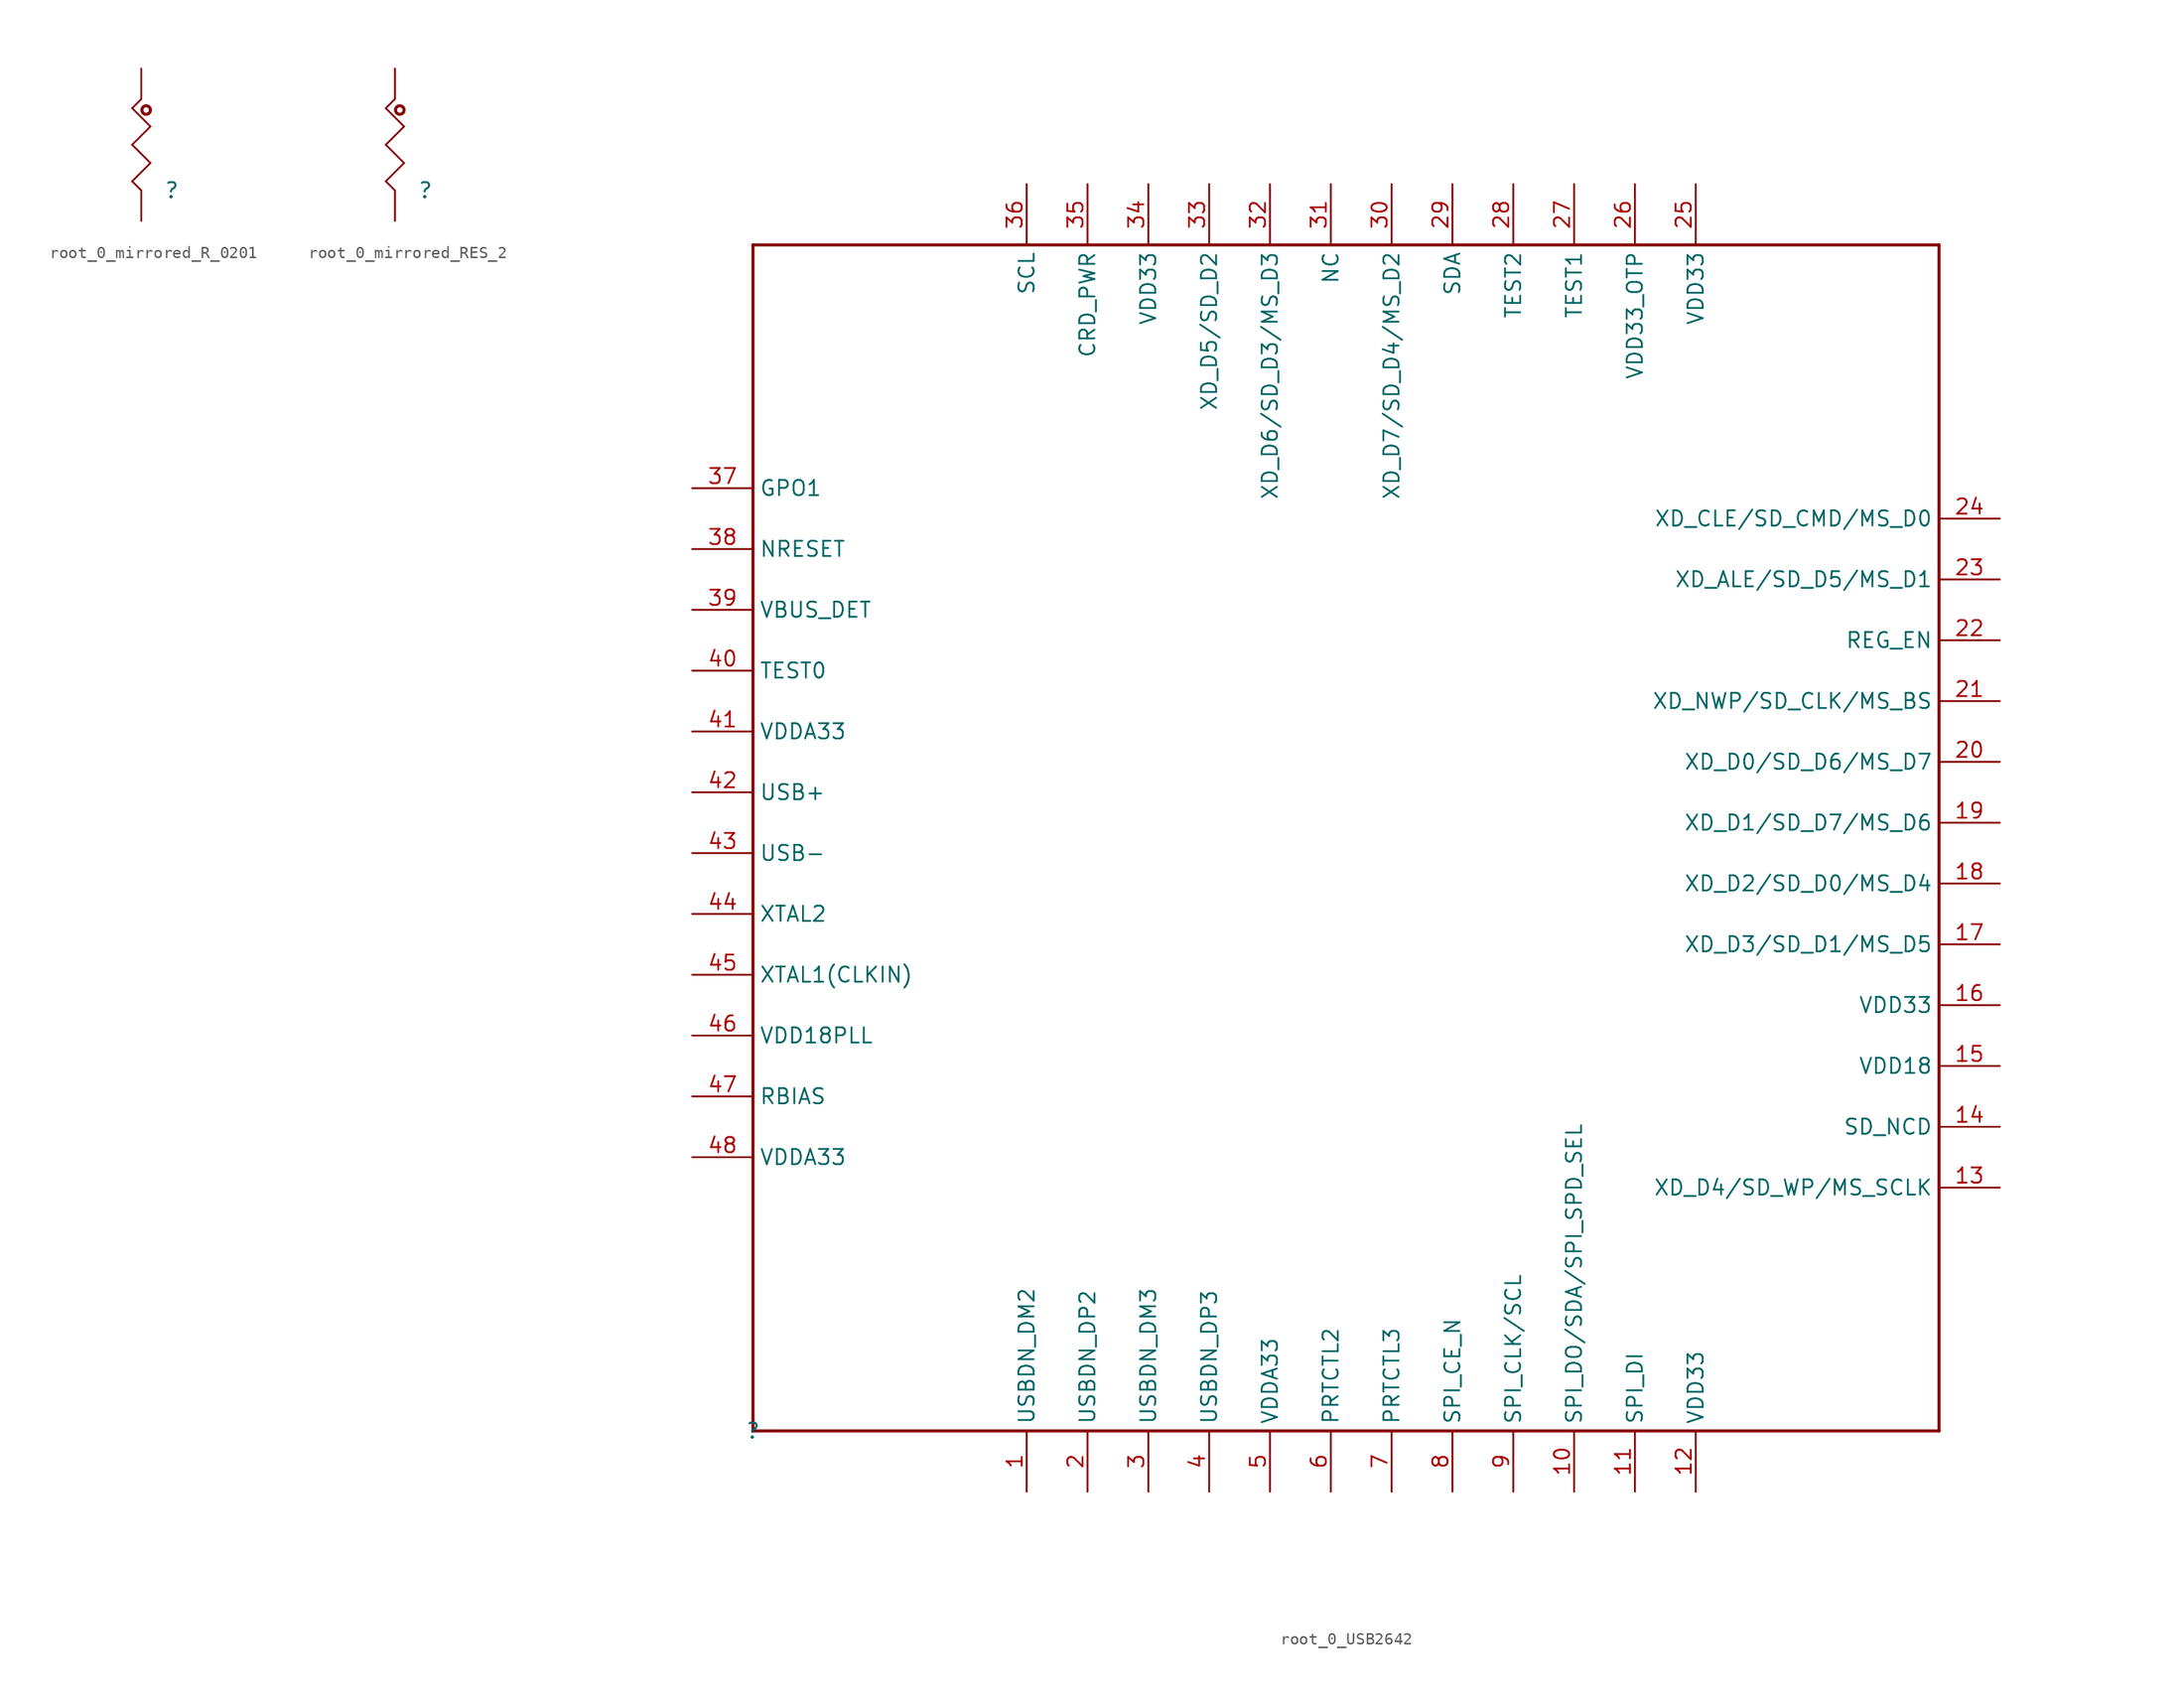
<source format=kicad_sym>
(kicad_symbol_lib
  (version 20220914)
  (generator kicad_symbol_editor)
  (symbol "root_0_mirrored_R_0201"
    (property "Reference" ""
      (at 0 0 0)
      (effects (font (size 1.27 1.27))))
    (property "Value" ""
      (at 0 0 0)
      (effects (font (size 1.27 1.27))))
    (symbol "root_0_mirrored_R_0201_1_0"
      (circle (center -2.134 6.706) (radius 0.356) (stroke (width 0.254) (type solid)) (fill (type none)))
      (polyline (pts (xy -3.302 0.762) (xy -2.54 0)) (stroke (width 0) (type solid)) (fill (type none)))
      (polyline (pts (xy -3.302 3.81) (xy -1.778 2.286)) (stroke (width 0) (type solid)) (fill (type none)))
      (polyline (pts (xy -3.302 6.858) (xy -1.778 5.334)) (stroke (width 0) (type solid)) (fill (type none)))
      (polyline (pts (xy -2.54 7.62) (xy -3.302 6.858)) (stroke (width 0) (type solid)) (fill (type none)))
      (polyline (pts (xy -1.778 2.286) (xy -3.302 0.762)) (stroke (width 0) (type solid)) (fill (type none)))
      (polyline (pts (xy -1.778 5.334) (xy -3.302 3.81)) (stroke (width 0) (type solid)) (fill (type none)))
      (pin passive line (at -2.54 10.16 270) (length 2.54) (name "1" (effects (font (size 0 0)))) (number "1" (effects (font (size 0 0)))))
      (pin passive line (at -2.54 -2.54 90) (length 2.54) (name "2" (effects (font (size 0 0)))) (number "2" (effects (font (size 0 0)))))))
  (symbol "root_0_mirrored_RES_2"
    (property "Reference" ""
      (at 0 0 0)
      (effects (font (size 1.27 1.27))))
    (property "Value" ""
      (at 0 0 0)
      (effects (font (size 1.27 1.27))))
    (symbol "root_0_mirrored_RES_2_1_0"
      (circle (center -2.134 6.706) (radius 0.356) (stroke (width 0.254) (type solid)) (fill (type none)))
      (polyline (pts (xy -3.302 0.762) (xy -2.54 0)) (stroke (width 0) (type solid)) (fill (type none)))
      (polyline (pts (xy -3.302 3.81) (xy -1.778 2.286)) (stroke (width 0) (type solid)) (fill (type none)))
      (polyline (pts (xy -3.302 6.858) (xy -1.778 5.334)) (stroke (width 0) (type solid)) (fill (type none)))
      (polyline (pts (xy -2.54 7.62) (xy -3.302 6.858)) (stroke (width 0) (type solid)) (fill (type none)))
      (polyline (pts (xy -1.778 2.286) (xy -3.302 0.762)) (stroke (width 0) (type solid)) (fill (type none)))
      (polyline (pts (xy -1.778 5.334) (xy -3.302 3.81)) (stroke (width 0) (type solid)) (fill (type none)))
      (pin passive line (at -2.54 10.16 270) (length 2.54) (name "1" (effects (font (size 0 0)))) (number "1" (effects (font (size 0 0)))))
      (pin passive line (at -2.54 -2.54 90) (length 2.54) (name "2" (effects (font (size 0 0)))) (number "2" (effects (font (size 0 0)))))))
  (symbol "root_0_USB2642"
    (property "Reference" ""
      (at 0 0 0)
      (effects (font (size 1.27 1.27))))
    (property "Value" ""
      (at 0 0 0)
      (effects (font (size 1.27 1.27))))
    (symbol "root_0_USB2642_1_0"
      (polyline (pts (xy 0 0) (xy 99.06 0)) (stroke (width 0.254) (type solid)) (fill (type none)))
      (polyline (pts (xy 0 99.06) (xy 0 0)) (stroke (width 0.254) (type solid)) (fill (type none)))
      (polyline (pts (xy 99.06 0) (xy 99.06 99.06)) (stroke (width 0.254) (type solid)) (fill (type none)))
      (polyline (pts (xy 99.06 99.06) (xy 0 99.06)) (stroke (width 0.254) (type solid)) (fill (type none)))
      (pin passive line (at 22.86 -5.08 90) (length 5.08) (name "USBDN_DM2" (effects (font (size 1.27 1.27)))) (number "1" (effects (font (size 1.27 1.27)))))
      (pin passive line (at 68.58 -5.08 90) (length 5.08) (name "SPI_DO/SDA/SPI_SPD_SEL" (effects (font (size 1.27 1.27)))) (number "10" (effects (font (size 1.27 1.27)))))
      (pin passive line (at 73.66 -5.08 90) (length 5.08) (name "SPI_DI" (effects (font (size 1.27 1.27)))) (number "11" (effects (font (size 1.27 1.27)))))
      (pin passive line (at 78.74 -5.08 90) (length 5.08) (name "VDD33" (effects (font (size 1.27 1.27)))) (number "12" (effects (font (size 1.27 1.27)))))
      (pin passive line (at 104.14 20.32 180) (length 5.08) (name "XD_D4/SD_WP/MS_SCLK" (effects (font (size 1.27 1.27)))) (number "13" (effects (font (size 1.27 1.27)))))
      (pin passive line (at 104.14 25.4 180) (length 5.08) (name "SD_NCD" (effects (font (size 1.27 1.27)))) (number "14" (effects (font (size 1.27 1.27)))))
      (pin passive line (at 104.14 30.48 180) (length 5.08) (name "VDD18" (effects (font (size 1.27 1.27)))) (number "15" (effects (font (size 1.27 1.27)))))
      (pin passive line (at 104.14 35.56 180) (length 5.08) (name "VDD33" (effects (font (size 1.27 1.27)))) (number "16" (effects (font (size 1.27 1.27)))))
      (pin passive line (at 104.14 40.64 180) (length 5.08) (name "XD_D3/SD_D1/MS_D5" (effects (font (size 1.27 1.27)))) (number "17" (effects (font (size 1.27 1.27)))))
      (pin passive line (at 104.14 45.72 180) (length 5.08) (name "XD_D2/SD_D0/MS_D4" (effects (font (size 1.27 1.27)))) (number "18" (effects (font (size 1.27 1.27)))))
      (pin passive line (at 104.14 50.8 180) (length 5.08) (name "XD_D1/SD_D7/MS_D6" (effects (font (size 1.27 1.27)))) (number "19" (effects (font (size 1.27 1.27)))))
      (pin passive line (at 27.94 -5.08 90) (length 5.08) (name "USBDN_DP2" (effects (font (size 1.27 1.27)))) (number "2" (effects (font (size 1.27 1.27)))))
      (pin passive line (at 104.14 55.88 180) (length 5.08) (name "XD_D0/SD_D6/MS_D7" (effects (font (size 1.27 1.27)))) (number "20" (effects (font (size 1.27 1.27)))))
      (pin passive line (at 104.14 60.96 180) (length 5.08) (name "XD_NWP/SD_CLK/MS_BS" (effects (font (size 1.27 1.27)))) (number "21" (effects (font (size 1.27 1.27)))))
      (pin passive line (at 104.14 66.04 180) (length 5.08) (name "REG_EN" (effects (font (size 1.27 1.27)))) (number "22" (effects (font (size 1.27 1.27)))))
      (pin passive line (at 104.14 71.12 180) (length 5.08) (name "XD_ALE/SD_D5/MS_D1" (effects (font (size 1.27 1.27)))) (number "23" (effects (font (size 1.27 1.27)))))
      (pin passive line (at 104.14 76.2 180) (length 5.08) (name "XD_CLE/SD_CMD/MS_D0" (effects (font (size 1.27 1.27)))) (number "24" (effects (font (size 1.27 1.27)))))
      (pin passive line (at 78.74 104.14 270) (length 5.08) (name "VDD33" (effects (font (size 1.27 1.27)))) (number "25" (effects (font (size 1.27 1.27)))))
      (pin passive line (at 73.66 104.14 270) (length 5.08) (name "VDD33_OTP" (effects (font (size 1.27 1.27)))) (number "26" (effects (font (size 1.27 1.27)))))
      (pin passive line (at 68.58 104.14 270) (length 5.08) (name "TEST1" (effects (font (size 1.27 1.27)))) (number "27" (effects (font (size 1.27 1.27)))))
      (pin passive line (at 63.5 104.14 270) (length 5.08) (name "TEST2" (effects (font (size 1.27 1.27)))) (number "28" (effects (font (size 1.27 1.27)))))
      (pin passive line (at 58.42 104.14 270) (length 5.08) (name "SDA" (effects (font (size 1.27 1.27)))) (number "29" (effects (font (size 1.27 1.27)))))
      (pin passive line (at 33.02 -5.08 90) (length 5.08) (name "USBDN_DM3" (effects (font (size 1.27 1.27)))) (number "3" (effects (font (size 1.27 1.27)))))
      (pin passive line (at 53.34 104.14 270) (length 5.08) (name "XD_D7/SD_D4/MS_D2" (effects (font (size 1.27 1.27)))) (number "30" (effects (font (size 1.27 1.27)))))
      (pin passive line (at 48.26 104.14 270) (length 5.08) (name "NC" (effects (font (size 1.27 1.27)))) (number "31" (effects (font (size 1.27 1.27)))))
      (pin passive line (at 43.18 104.14 270) (length 5.08) (name "XD_D6/SD_D3/MS_D3" (effects (font (size 1.27 1.27)))) (number "32" (effects (font (size 1.27 1.27)))))
      (pin passive line (at 38.1 104.14 270) (length 5.08) (name "XD_D5/SD_D2" (effects (font (size 1.27 1.27)))) (number "33" (effects (font (size 1.27 1.27)))))
      (pin passive line (at 33.02 104.14 270) (length 5.08) (name "VDD33" (effects (font (size 1.27 1.27)))) (number "34" (effects (font (size 1.27 1.27)))))
      (pin passive line (at 27.94 104.14 270) (length 5.08) (name "CRD_PWR" (effects (font (size 1.27 1.27)))) (number "35" (effects (font (size 1.27 1.27)))))
      (pin passive line (at 22.86 104.14 270) (length 5.08) (name "SCL" (effects (font (size 1.27 1.27)))) (number "36" (effects (font (size 1.27 1.27)))))
      (pin passive line (at -5.08 78.74 0) (length 5.08) (name "GPO1" (effects (font (size 1.27 1.27)))) (number "37" (effects (font (size 1.27 1.27)))))
      (pin passive line (at -5.08 73.66 0) (length 5.08) (name "NRESET" (effects (font (size 1.27 1.27)))) (number "38" (effects (font (size 1.27 1.27)))))
      (pin passive line (at -5.08 68.58 0) (length 5.08) (name "VBUS_DET" (effects (font (size 1.27 1.27)))) (number "39" (effects (font (size 1.27 1.27)))))
      (pin passive line (at 38.1 -5.08 90) (length 5.08) (name "USBDN_DP3" (effects (font (size 1.27 1.27)))) (number "4" (effects (font (size 1.27 1.27)))))
      (pin passive line (at -5.08 63.5 0) (length 5.08) (name "TEST0" (effects (font (size 1.27 1.27)))) (number "40" (effects (font (size 1.27 1.27)))))
      (pin passive line (at -5.08 58.42 0) (length 5.08) (name "VDDA33" (effects (font (size 1.27 1.27)))) (number "41" (effects (font (size 1.27 1.27)))))
      (pin passive line (at -5.08 53.34 0) (length 5.08) (name "USB+" (effects (font (size 1.27 1.27)))) (number "42" (effects (font (size 1.27 1.27)))))
      (pin passive line (at -5.08 48.26 0) (length 5.08) (name "USB-" (effects (font (size 1.27 1.27)))) (number "43" (effects (font (size 1.27 1.27)))))
      (pin passive line (at -5.08 43.18 0) (length 5.08) (name "XTAL2" (effects (font (size 1.27 1.27)))) (number "44" (effects (font (size 1.27 1.27)))))
      (pin passive line (at -5.08 38.1 0) (length 5.08) (name "XTAL1(CLKIN)" (effects (font (size 1.27 1.27)))) (number "45" (effects (font (size 1.27 1.27)))))
      (pin passive line (at -5.08 33.02 0) (length 5.08) (name "VDD18PLL" (effects (font (size 1.27 1.27)))) (number "46" (effects (font (size 1.27 1.27)))))
      (pin passive line (at -5.08 27.94 0) (length 5.08) (name "RBIAS" (effects (font (size 1.27 1.27)))) (number "47" (effects (font (size 1.27 1.27)))))
      (pin passive line (at -5.08 22.86 0) (length 5.08) (name "VDDA33" (effects (font (size 1.27 1.27)))) (number "48" (effects (font (size 1.27 1.27)))))
      (pin passive line (at 43.18 -5.08 90) (length 5.08) (name "VDDA33" (effects (font (size 1.27 1.27)))) (number "5" (effects (font (size 1.27 1.27)))))
      (pin passive line (at 48.26 -5.08 90) (length 5.08) (name "PRTCTL2" (effects (font (size 1.27 1.27)))) (number "6" (effects (font (size 1.27 1.27)))))
      (pin passive line (at 53.34 -5.08 90) (length 5.08) (name "PRTCTL3" (effects (font (size 1.27 1.27)))) (number "7" (effects (font (size 1.27 1.27)))))
      (pin passive line (at 58.42 -5.08 90) (length 5.08) (name "SPI_CE_N" (effects (font (size 1.27 1.27)))) (number "8" (effects (font (size 1.27 1.27)))))
      (pin passive line (at 63.5 -5.08 90) (length 5.08) (name "SPI_CLK/SCL" (effects (font (size 1.27 1.27)))) (number "9" (effects (font (size 1.27 1.27))))))))
</source>
